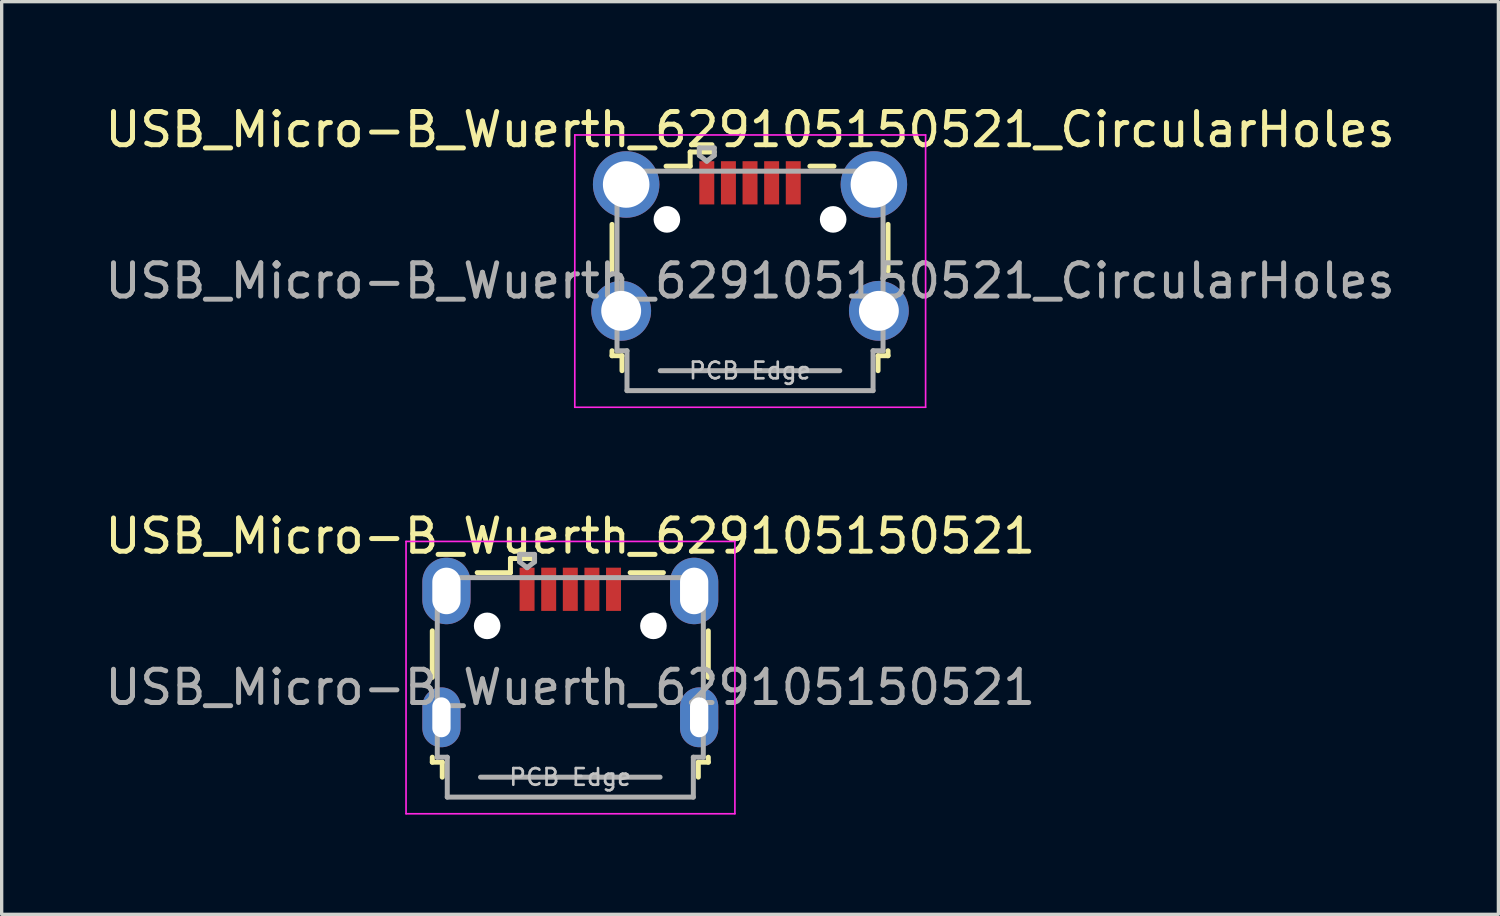
<source format=kicad_pcb>
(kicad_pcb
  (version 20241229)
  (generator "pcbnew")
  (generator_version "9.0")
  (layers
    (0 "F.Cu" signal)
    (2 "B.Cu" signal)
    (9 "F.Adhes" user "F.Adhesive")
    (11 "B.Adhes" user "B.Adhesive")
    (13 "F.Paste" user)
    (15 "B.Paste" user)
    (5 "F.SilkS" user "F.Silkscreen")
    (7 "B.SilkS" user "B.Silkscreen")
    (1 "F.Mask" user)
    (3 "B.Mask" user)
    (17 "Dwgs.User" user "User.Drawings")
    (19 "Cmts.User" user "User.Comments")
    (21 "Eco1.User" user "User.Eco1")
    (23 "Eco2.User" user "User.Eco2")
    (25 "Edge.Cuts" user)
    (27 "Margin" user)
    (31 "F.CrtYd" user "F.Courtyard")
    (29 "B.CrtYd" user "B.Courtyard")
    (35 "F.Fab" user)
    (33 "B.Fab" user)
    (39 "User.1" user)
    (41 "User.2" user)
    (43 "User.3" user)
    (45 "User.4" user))
  (footprint "USB_Micro-B_Wuerth_629105150521"
    (layer "F.Cu")
    (at 14.101 16.572)
    (property "Reference" "USB_Micro-B_Wuerth_629105150521" (at 0 -3.5 0) (layer "F.SilkS") (effects (font (size 1 1) (thickness 0.15))))
    (attr smd)
    (fp_line (start -4.15 -0.65) (end -4.15 0.75) (stroke (width 0.15) (type solid)) (layer "F.SilkS"))
    (fp_line (start -4.15 3.15) (end -4.15 3.3) (stroke (width 0.15) (type solid)) (layer "F.SilkS"))
    (fp_line (start -4.15 3.3) (end -3.85 3.3) (stroke (width 0.15) (type solid)) (layer "F.SilkS"))
    (fp_line (start -3.85 3.3) (end -3.85 3.75) (stroke (width 0.15) (type solid)) (layer "F.SilkS"))
    (fp_line (start -1.8 -2.825) (end -1.8 -2.4) (stroke (width 0.15) (type solid)) (layer "F.SilkS"))
    (fp_line (start -1.8 -2.4) (end -2.8 -2.4) (stroke (width 0.15) (type solid)) (layer "F.SilkS"))
    (fp_line (start -1.075 -2.825) (end -1.8 -2.825) (stroke (width 0.15) (type solid)) (layer "F.SilkS"))
    (fp_line (start 1.8 -2.4) (end 2.8 -2.4) (stroke (width 0.15) (type solid)) (layer "F.SilkS"))
    (fp_line (start 3.85 3.3) (end 4.15 3.3) (stroke (width 0.15) (type solid)) (layer "F.SilkS"))
    (fp_line (start 3.85 3.75) (end 3.85 3.3) (stroke (width 0.15) (type solid)) (layer "F.SilkS"))
    (fp_line (start 4.15 0.75) (end 4.15 -0.65) (stroke (width 0.15) (type solid)) (layer "F.SilkS"))
    (fp_line (start 4.15 3.3) (end 4.15 3.15) (stroke (width 0.15) (type solid)) (layer "F.SilkS"))
    (fp_line (start -4.94 -3.34) (end -4.94 4.85) (stroke (width 0.05) (type solid)) (layer "F.CrtYd"))
    (fp_line (start -4.94 4.85) (end 4.95 4.85) (stroke (width 0.05) (type solid)) (layer "F.CrtYd"))
    (fp_line (start 4.95 -3.34) (end -4.94 -3.34) (stroke (width 0.05) (type solid)) (layer "F.CrtYd"))
    (fp_line (start 4.95 4.85) (end 4.95 -3.34) (stroke (width 0.05) (type solid)) (layer "F.CrtYd"))
    (fp_line (start -4 -2.25) (end -4 3.15) (stroke (width 0.15) (type solid)) (layer "F.Fab"))
    (fp_line (start -4 3.15) (end -3.7 3.15) (stroke (width 0.15) (type solid)) (layer "F.Fab"))
    (fp_line (start -3.7 3.15) (end -3.7 4.35) (stroke (width 0.15) (type solid)) (layer "F.Fab"))
    (fp_line (start -3.7 4.35) (end 3.7 4.35) (stroke (width 0.15) (type solid)) (layer "F.Fab"))
    (fp_line (start -2.7 3.75) (end 2.7 3.75) (stroke (width 0.15) (type solid)) (layer "F.Fab"))
    (fp_line (start -1.525 -2.95) (end -1.075 -2.95) (stroke (width 0.15) (type solid)) (layer "F.Fab"))
    (fp_line (start -1.525 -2.725) (end -1.525 -2.95) (stroke (width 0.15) (type solid)) (layer "F.Fab"))
    (fp_line (start -1.3 -2.55) (end -1.525 -2.725) (stroke (width 0.15) (type solid)) (layer "F.Fab"))
    (fp_line (start -1.075 -2.95) (end -1.075 -2.725) (stroke (width 0.15) (type solid)) (layer "F.Fab"))
    (fp_line (start -1.075 -2.725) (end -1.3 -2.55) (stroke (width 0.15) (type solid)) (layer "F.Fab"))
    (fp_line (start 3.7 3.15) (end 4 3.15) (stroke (width 0.15) (type solid)) (layer "F.Fab"))
    (fp_line (start 3.7 4.35) (end 3.7 3.15) (stroke (width 0.15) (type solid)) (layer "F.Fab"))
    (fp_line (start 4 -2.25) (end -4 -2.25) (stroke (width 0.15) (type solid)) (layer "F.Fab"))
    (fp_line (start 4 3.15) (end 4 -2.25) (stroke (width 0.15) (type solid)) (layer "F.Fab"))
    (fp_text user "PCB Edge" (at 0 3.75 0) (layer "Dwgs.User") (effects (font (size 0.5 0.5) (thickness 0.08))))
    (fp_text user "${REFERENCE}" (at 0 1.05 0) (layer "F.Fab") (effects (font (size 1 1) (thickness 0.15))))
    (pad "" np_thru_hole oval (at -2.5 -0.8) (size 0.8 0.8) (drill 0.8) (layers "*.Cu" "*.Mask"))
    (pad "" np_thru_hole oval (at 2.5 -0.8) (size 0.8 0.8) (drill 0.8) (layers "*.Cu" "*.Mask"))
    (pad "1" smd rect (at -1.3 -1.9) (size 0.45 1.3) (layers "F.Cu" "F.Mask" "F.Paste"))
    (pad "2" smd rect (at -0.65 -1.9) (size 0.45 1.3) (layers "F.Cu" "F.Mask" "F.Paste"))
    (pad "3" smd rect (at 0 -1.9) (size 0.45 1.3) (layers "F.Cu" "F.Mask" "F.Paste"))
    (pad "4" smd rect (at 0.65 -1.9) (size 0.45 1.3) (layers "F.Cu" "F.Mask" "F.Paste"))
    (pad "5" smd rect (at 1.3 -1.9) (size 0.45 1.3) (layers "F.Cu" "F.Mask" "F.Paste"))
    (pad "6" thru_hole oval (at -3.875 1.95) (size 1.15 1.8) (drill oval 0.55 1.2) (layers "*.Cu" "*.Mask"))
    (pad "6" thru_hole oval (at -3.725 -1.85) (size 1.45 2) (drill oval 0.85 1.4) (layers "*.Cu" "*.Mask"))
    (pad "6" thru_hole oval (at 3.725 -1.85) (size 1.45 2) (drill oval 0.85 1.4) (layers "*.Cu" "*.Mask"))
    (pad "6" thru_hole oval (at 3.875 1.95) (size 1.15 1.8) (drill oval 0.55 1.2) (layers "*.Cu" "*.Mask")))
  (footprint "USB_Micro-B_Wuerth_629105150521_CircularHoles"
    (layer "F.Cu")
    (at 19.506 4.348)
    (property "Reference" "USB_Micro-B_Wuerth_629105150521_CircularHoles" (at 0 -3.5 0) (layer "F.SilkS") (effects (font (size 1 1) (thickness 0.15))))
    (attr smd)
    (fp_line (start -4.15 -0.65) (end -4.15 0.75) (stroke (width 0.15) (type solid)) (layer "F.SilkS"))
    (fp_line (start -4.15 3.15) (end -4.15 3.3) (stroke (width 0.15) (type solid)) (layer "F.SilkS"))
    (fp_line (start -4.15 3.3) (end -3.85 3.3) (stroke (width 0.15) (type solid)) (layer "F.SilkS"))
    (fp_line (start -3.85 3.3) (end -3.85 3.75) (stroke (width 0.15) (type solid)) (layer "F.SilkS"))
    (fp_line (start -1.8 -2.825) (end -1.8 -2.4) (stroke (width 0.15) (type solid)) (layer "F.SilkS"))
    (fp_line (start -1.8 -2.4) (end -2.525 -2.4) (stroke (width 0.15) (type solid)) (layer "F.SilkS"))
    (fp_line (start -1.075 -2.825) (end -1.8 -2.825) (stroke (width 0.15) (type solid)) (layer "F.SilkS"))
    (fp_line (start 1.8 -2.4) (end 2.525 -2.4) (stroke (width 0.15) (type solid)) (layer "F.SilkS"))
    (fp_line (start 3.85 3.3) (end 4.15 3.3) (stroke (width 0.15) (type solid)) (layer "F.SilkS"))
    (fp_line (start 3.85 3.75) (end 3.85 3.3) (stroke (width 0.15) (type solid)) (layer "F.SilkS"))
    (fp_line (start 4.15 0.75) (end 4.15 -0.65) (stroke (width 0.15) (type solid)) (layer "F.SilkS"))
    (fp_line (start 4.15 3.3) (end 4.15 3.15) (stroke (width 0.15) (type solid)) (layer "F.SilkS"))
    (fp_line (start -5.27 -3.34) (end -5.27 4.85) (stroke (width 0.05) (type solid)) (layer "F.CrtYd"))
    (fp_line (start -5.27 4.85) (end 5.28 4.85) (stroke (width 0.05) (type solid)) (layer "F.CrtYd"))
    (fp_line (start 5.28 -3.34) (end -5.27 -3.34) (stroke (width 0.05) (type solid)) (layer "F.CrtYd"))
    (fp_line (start 5.28 4.85) (end 5.28 -3.34) (stroke (width 0.05) (type solid)) (layer "F.CrtYd"))
    (fp_line (start -4 -2.25) (end -4 3.15) (stroke (width 0.15) (type solid)) (layer "F.Fab"))
    (fp_line (start -4 3.15) (end -3.7 3.15) (stroke (width 0.15) (type solid)) (layer "F.Fab"))
    (fp_line (start -3.7 3.15) (end -3.7 4.35) (stroke (width 0.15) (type solid)) (layer "F.Fab"))
    (fp_line (start -3.7 4.35) (end 3.7 4.35) (stroke (width 0.15) (type solid)) (layer "F.Fab"))
    (fp_line (start -2.7 3.75) (end 2.7 3.75) (stroke (width 0.15) (type solid)) (layer "F.Fab"))
    (fp_line (start -1.525 -2.95) (end -1.075 -2.95) (stroke (width 0.15) (type solid)) (layer "F.Fab"))
    (fp_line (start -1.525 -2.725) (end -1.525 -2.95) (stroke (width 0.15) (type solid)) (layer "F.Fab"))
    (fp_line (start -1.3 -2.55) (end -1.525 -2.725) (stroke (width 0.15) (type solid)) (layer "F.Fab"))
    (fp_line (start -1.075 -2.95) (end -1.075 -2.725) (stroke (width 0.15) (type solid)) (layer "F.Fab"))
    (fp_line (start -1.075 -2.725) (end -1.3 -2.55) (stroke (width 0.15) (type solid)) (layer "F.Fab"))
    (fp_line (start 3.7 3.15) (end 4 3.15) (stroke (width 0.15) (type solid)) (layer "F.Fab"))
    (fp_line (start 3.7 4.35) (end 3.7 3.15) (stroke (width 0.15) (type solid)) (layer "F.Fab"))
    (fp_line (start 4 -2.25) (end -4 -2.25) (stroke (width 0.15) (type solid)) (layer "F.Fab"))
    (fp_line (start 4 3.15) (end 4 -2.25) (stroke (width 0.15) (type solid)) (layer "F.Fab"))
    (fp_text user "PCB Edge" (at 0 3.75 0) (layer "Dwgs.User") (effects (font (size 0.5 0.5) (thickness 0.08))))
    (fp_text user "${REFERENCE}" (at 0 1.05 0) (layer "F.Fab") (effects (font (size 1 1) (thickness 0.15))))
    (pad "" np_thru_hole circle (at -2.5 -0.8) (size 0.8 0.8) (drill 0.8) (layers "*.Cu" "*.Mask"))
    (pad "" np_thru_hole circle (at 2.5 -0.8) (size 0.8 0.8) (drill 0.8) (layers "*.Cu" "*.Mask"))
    (pad "1" smd rect (at -1.3 -1.9) (size 0.45 1.3) (layers "F.Cu" "F.Mask" "F.Paste"))
    (pad "2" smd rect (at -0.65 -1.9) (size 0.45 1.3) (layers "F.Cu" "F.Mask" "F.Paste"))
    (pad "3" smd rect (at 0 -1.9) (size 0.45 1.3) (layers "F.Cu" "F.Mask" "F.Paste"))
    (pad "4" smd rect (at 0.65 -1.9) (size 0.45 1.3) (layers "F.Cu" "F.Mask" "F.Paste"))
    (pad "5" smd rect (at 1.3 -1.9) (size 0.45 1.3) (layers "F.Cu" "F.Mask" "F.Paste"))
    (pad "6" thru_hole circle (at -3.875 1.95) (size 1.8 1.8) (drill 1.2) (layers "*.Cu" "*.Mask"))
    (pad "6" thru_hole circle (at -3.725 -1.85) (size 2 2) (drill 1.4) (layers "*.Cu" "*.Mask"))
    (pad "6" thru_hole circle (at 3.725 -1.85) (size 2 2) (drill 1.4) (layers "*.Cu" "*.Mask"))
    (pad "6" thru_hole circle (at 3.875 1.95) (size 1.8 1.8) (drill 1.2) (layers "*.Cu" "*.Mask")))
  (gr_rect
    (start -3 -3)
    (end 42.012 24.447)
    (stroke (width 0.1) (type default))
    (fill no)
    (layer "Edge.Cuts")))
</source>
